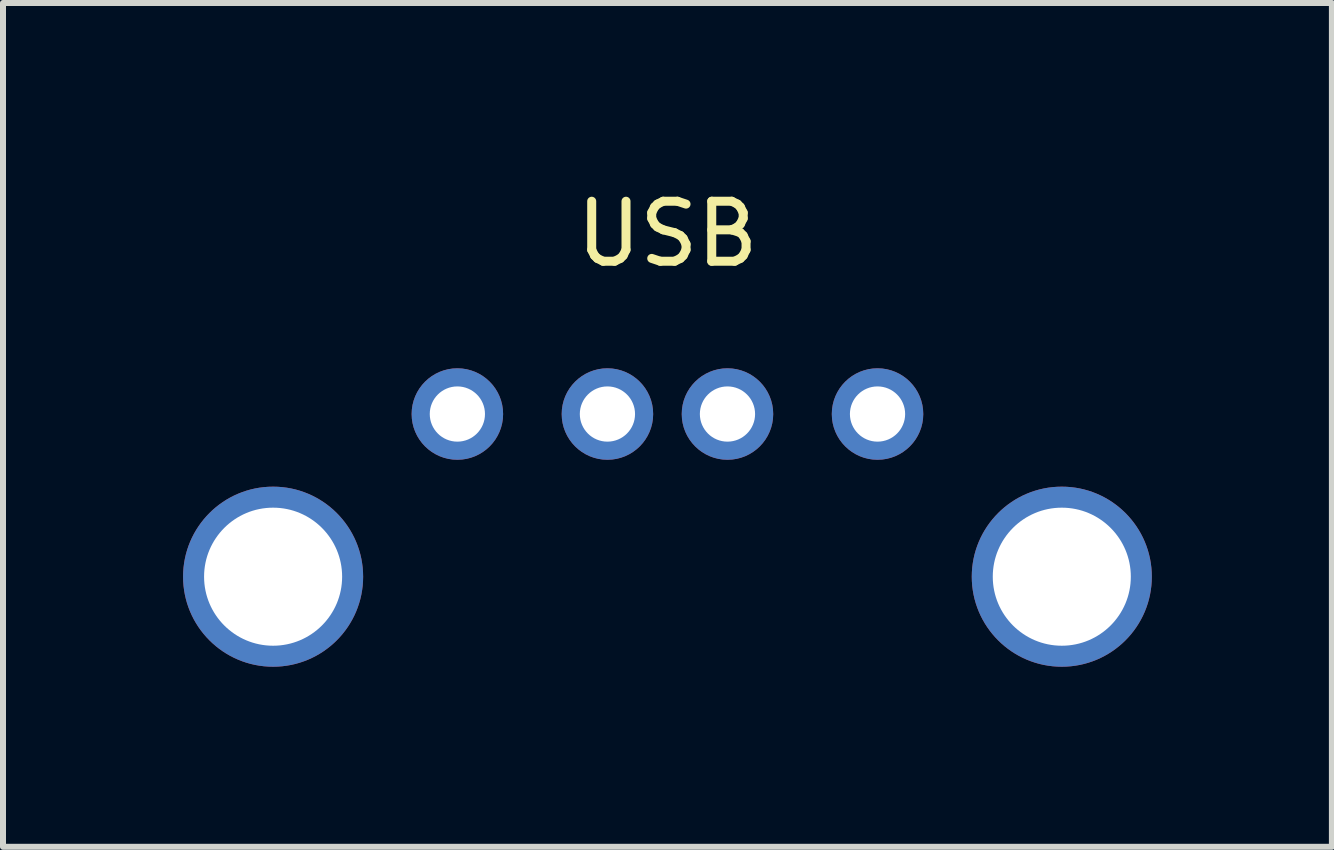
<source format=kicad_pcb>
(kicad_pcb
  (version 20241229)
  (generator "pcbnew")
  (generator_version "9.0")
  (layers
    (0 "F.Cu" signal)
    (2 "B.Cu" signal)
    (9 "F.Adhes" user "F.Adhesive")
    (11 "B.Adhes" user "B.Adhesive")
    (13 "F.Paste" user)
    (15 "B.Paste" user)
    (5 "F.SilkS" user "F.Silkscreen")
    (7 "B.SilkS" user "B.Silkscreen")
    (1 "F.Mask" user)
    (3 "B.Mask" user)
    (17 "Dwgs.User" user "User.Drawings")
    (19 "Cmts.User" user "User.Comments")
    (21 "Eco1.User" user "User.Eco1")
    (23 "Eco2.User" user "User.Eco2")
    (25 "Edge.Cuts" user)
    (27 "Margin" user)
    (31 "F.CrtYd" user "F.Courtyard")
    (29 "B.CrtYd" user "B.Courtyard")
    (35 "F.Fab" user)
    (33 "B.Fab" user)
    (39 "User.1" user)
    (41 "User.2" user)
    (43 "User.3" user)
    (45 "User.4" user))
  (footprint "USB"
    (layer "F.Cu")
    (at 8.07 3.848)
    (property "Reference" "USB" (at 0 -3 0) (layer "F.SilkS") (effects (font (size 1 1) (thickness 0.15))))
    (attr through_hole)
    (pad "1" thru_hole circle (at -3.5 0) (size 1.524 1.524) (drill 0.92) (layers "*.Cu" "*.Mask"))
    (pad "2" thru_hole circle (at -1 0) (size 1.524 1.524) (drill 0.92) (layers "*.Cu" "*.Mask"))
    (pad "3" thru_hole circle (at 1 0) (size 1.524 1.524) (drill 0.92) (layers "*.Cu" "*.Mask"))
    (pad "4" thru_hole circle (at 3.5 0) (size 1.524 1.524) (drill 0.92) (layers "*.Cu" "*.Mask"))
    (pad "5" thru_hole circle (at -6.57 2.71) (size 3 3) (drill 2.3) (layers "*.Cu" "*.Mask"))
    (pad "~" thru_hole circle (at 6.57 2.71) (size 3 3) (drill 2.3) (layers "*.Cu" "*.Mask")))
  (gr_rect
    (start -3 -3)
    (end 19.14 11.058)
    (stroke (width 0.1) (type default))
    (fill no)
    (layer "Edge.Cuts")))
</source>
